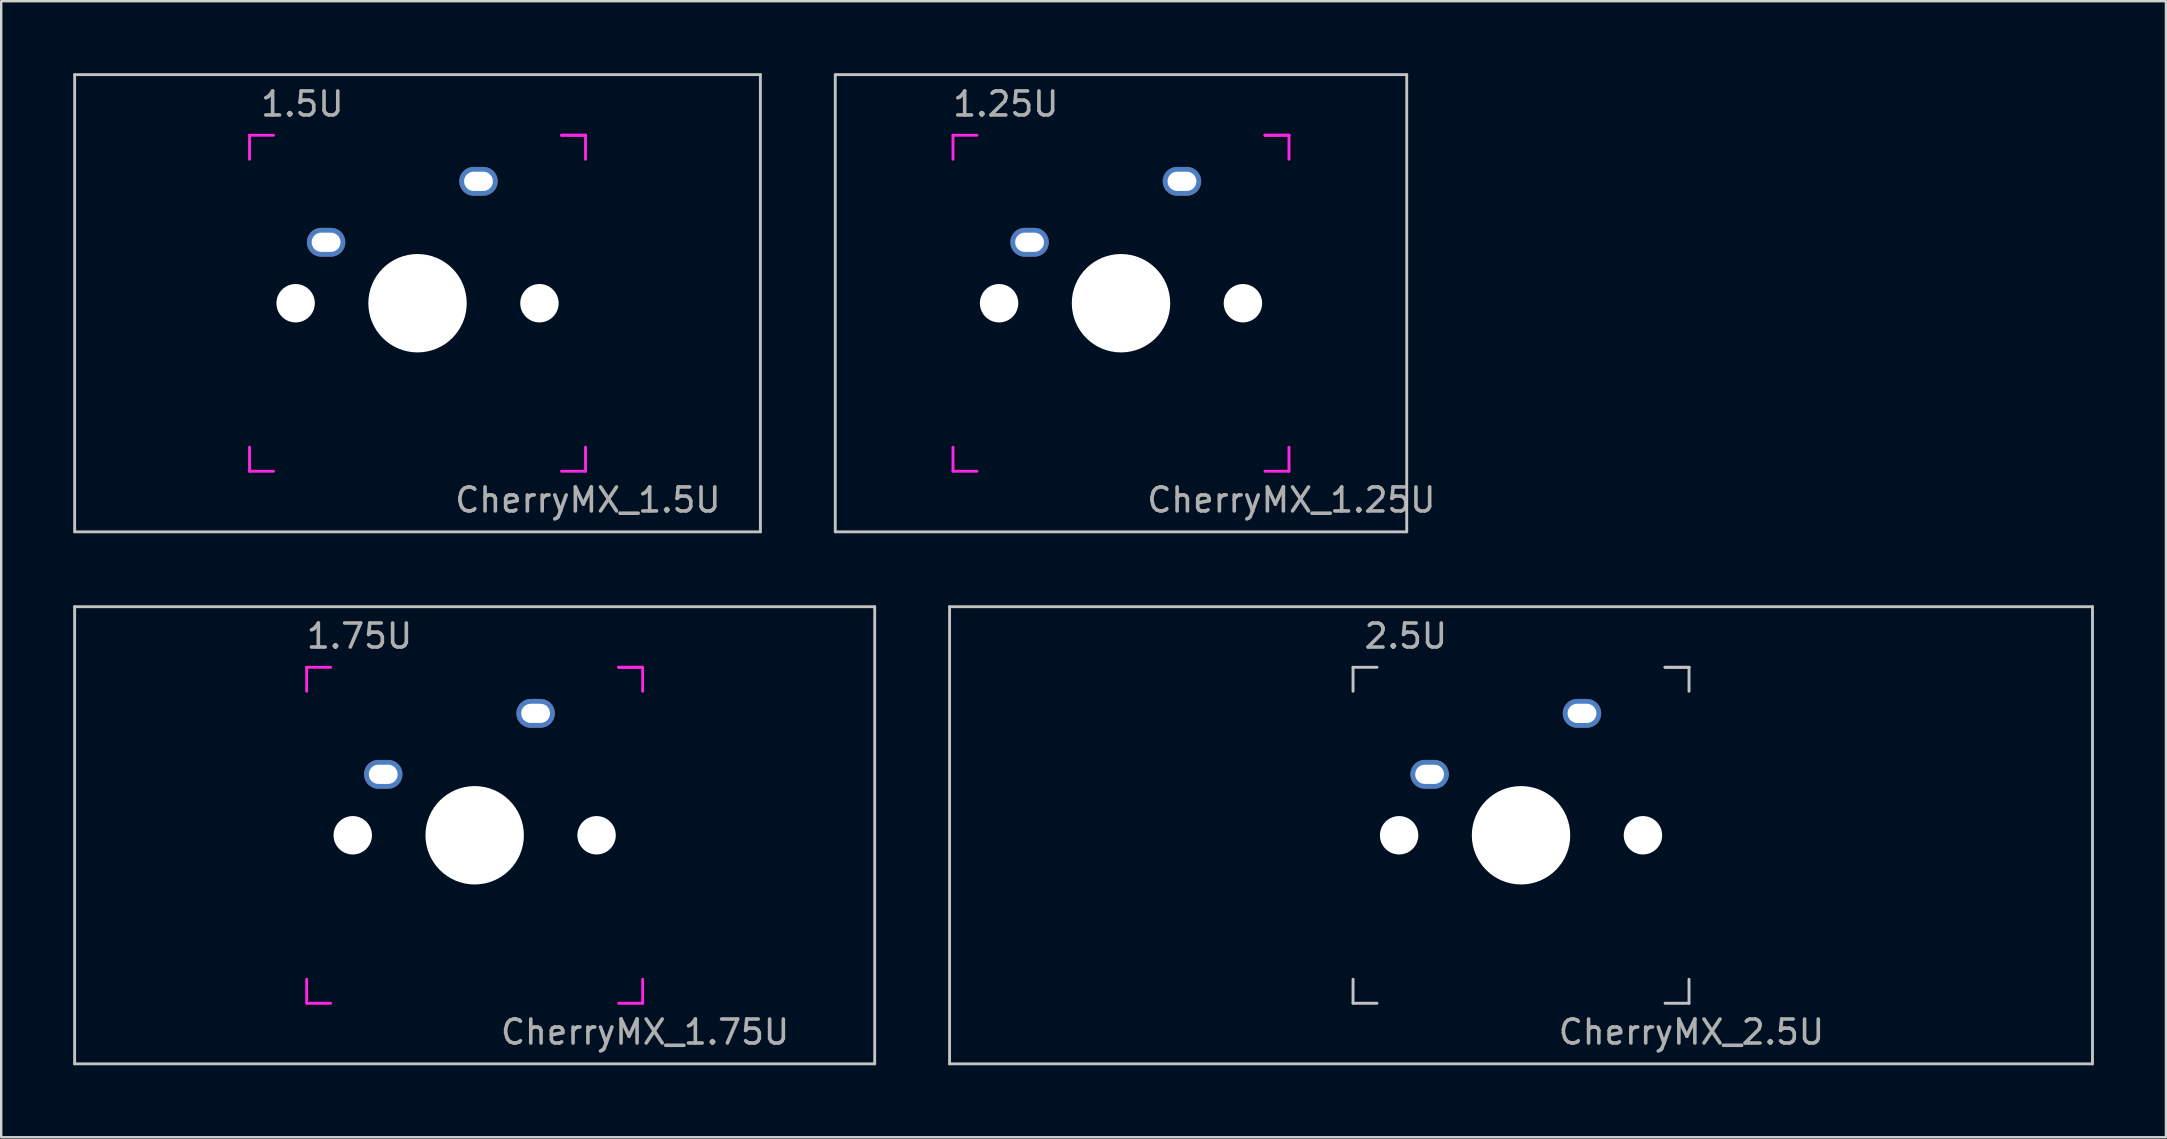
<source format=kicad_pcb>
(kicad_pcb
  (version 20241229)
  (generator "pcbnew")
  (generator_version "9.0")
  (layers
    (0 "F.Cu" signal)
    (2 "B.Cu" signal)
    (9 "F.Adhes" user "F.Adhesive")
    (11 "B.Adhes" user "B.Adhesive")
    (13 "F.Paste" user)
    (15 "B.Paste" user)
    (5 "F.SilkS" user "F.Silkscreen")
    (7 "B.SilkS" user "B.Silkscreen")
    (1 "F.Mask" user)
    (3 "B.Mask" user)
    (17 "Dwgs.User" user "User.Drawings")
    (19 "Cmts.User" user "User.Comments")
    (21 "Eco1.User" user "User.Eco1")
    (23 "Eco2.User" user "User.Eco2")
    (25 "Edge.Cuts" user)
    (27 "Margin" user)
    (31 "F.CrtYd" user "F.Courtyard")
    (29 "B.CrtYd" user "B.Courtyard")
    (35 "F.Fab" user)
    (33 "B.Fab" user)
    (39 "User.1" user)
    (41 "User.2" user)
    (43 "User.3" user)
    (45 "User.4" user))
  (footprint "CherryMX_1.25U"
    (layer "F.Cu")
    (at 43.661 9.585)
    (property "Reference" "CherryMX_1.25U" (at 7.1 8.2 0) (layer "F.Fab") (effects (font (size 1 1) (thickness 0.15))))
    (attr through_hole)
    (fp_line (start -11.906 -9.525) (end 11.906 -9.525) (stroke (width 0.12) (type solid)) (layer "Dwgs.User"))
    (fp_line (start -11.906 9.525) (end -11.906 -9.525) (stroke (width 0.12) (type solid)) (layer "Dwgs.User"))
    (fp_line (start 11.906 -9.525) (end 11.906 9.525) (stroke (width 0.12) (type solid)) (layer "Dwgs.User"))
    (fp_line (start 11.906 9.525) (end -11.906 9.525) (stroke (width 0.12) (type solid)) (layer "Dwgs.User"))
    (fp_line (start -7 -7) (end -7 -6) (stroke (width 0.12) (type solid)) (layer "F.CrtYd"))
    (fp_line (start -7 -7) (end -6 -7) (stroke (width 0.12) (type solid)) (layer "F.CrtYd"))
    (fp_line (start -7 7) (end -7 6) (stroke (width 0.12) (type solid)) (layer "F.CrtYd"))
    (fp_line (start -7 7) (end -6 7) (stroke (width 0.12) (type solid)) (layer "F.CrtYd"))
    (fp_line (start 6 -7) (end 7 -7) (stroke (width 0.12) (type solid)) (layer "F.CrtYd"))
    (fp_line (start 7 -7) (end 6 -7) (stroke (width 0.12) (type solid)) (layer "F.CrtYd"))
    (fp_line (start 7 -7) (end 7 -6) (stroke (width 0.12) (type solid)) (layer "F.CrtYd"))
    (fp_line (start 7 7) (end 6 7) (stroke (width 0.12) (type solid)) (layer "F.CrtYd"))
    (fp_line (start 7 7) (end 7 6) (stroke (width 0.12) (type solid)) (layer "F.CrtYd"))
    (fp_text user "1.25U" (at -4.8 -8.3 0) (layer "F.Fab") (effects (font (size 1 1) (thickness 0.15))))
    (pad "" np_thru_hole circle (at -5.08 0) (size 1.6 1.6) (drill 1.6) (layers "*.Cu" "*.Mask"))
    (pad "" np_thru_hole circle (at 0 0) (size 4.1 4.1) (drill 4.1) (layers "*.Cu" "*.Mask"))
    (pad "" np_thru_hole circle (at 5.08 0) (size 1.6 1.6) (drill 1.6) (layers "*.Cu" "*.Mask"))
    (pad "1" thru_hole oval (at -3.81 -2.54) (size 1.6 1.2) (drill oval 1.2 0.8) (layers "*.Cu" "*.Mask"))
    (pad "2" thru_hole oval (at 2.54 -5.08) (size 1.6 1.2) (drill oval 1.2 0.8) (layers "*.Cu" "*.Mask")))
  (footprint "CherryMX_1.75U"
    (layer "F.Cu")
    (at 16.729 31.755)
    (property "Reference" "CherryMX_1.75U" (at 7.1 8.2 0) (layer "F.Fab") (effects (font (size 1 1) (thickness 0.15))))
    (attr through_hole)
    (fp_line (start -16.669 -9.525) (end 16.669 -9.525) (stroke (width 0.12) (type solid)) (layer "Dwgs.User"))
    (fp_line (start -16.669 9.525) (end -16.669 -9.525) (stroke (width 0.12) (type solid)) (layer "Dwgs.User"))
    (fp_line (start 16.669 -9.525) (end 16.669 9.525) (stroke (width 0.12) (type solid)) (layer "Dwgs.User"))
    (fp_line (start 16.669 9.525) (end -16.669 9.525) (stroke (width 0.12) (type solid)) (layer "Dwgs.User"))
    (fp_line (start -7 -7) (end -7 -6) (stroke (width 0.12) (type solid)) (layer "F.CrtYd"))
    (fp_line (start -7 -7) (end -6 -7) (stroke (width 0.12) (type solid)) (layer "F.CrtYd"))
    (fp_line (start -7 7) (end -7 6) (stroke (width 0.12) (type solid)) (layer "F.CrtYd"))
    (fp_line (start -7 7) (end -6 7) (stroke (width 0.12) (type solid)) (layer "F.CrtYd"))
    (fp_line (start 6 -7) (end 7 -7) (stroke (width 0.12) (type solid)) (layer "F.CrtYd"))
    (fp_line (start 7 -7) (end 6 -7) (stroke (width 0.12) (type solid)) (layer "F.CrtYd"))
    (fp_line (start 7 -7) (end 7 -6) (stroke (width 0.12) (type solid)) (layer "F.CrtYd"))
    (fp_line (start 7 7) (end 6 7) (stroke (width 0.12) (type solid)) (layer "F.CrtYd"))
    (fp_line (start 7 7) (end 7 6) (stroke (width 0.12) (type solid)) (layer "F.CrtYd"))
    (fp_text user "1.75U" (at -4.8 -8.3 0) (layer "F.Fab") (effects (font (size 1 1) (thickness 0.15))))
    (pad "" np_thru_hole circle (at -5.08 0) (size 1.6 1.6) (drill 1.6) (layers "*.Cu" "*.Mask"))
    (pad "" np_thru_hole circle (at 0 0) (size 4.1 4.1) (drill 4.1) (layers "*.Cu" "*.Mask"))
    (pad "" np_thru_hole circle (at 5.08 0) (size 1.6 1.6) (drill 1.6) (layers "*.Cu" "*.Mask"))
    (pad "1" thru_hole oval (at -3.81 -2.54) (size 1.6 1.2) (drill oval 1.2 0.8) (layers "*.Cu" "*.Mask"))
    (pad "2" thru_hole oval (at 2.54 -5.08) (size 1.6 1.2) (drill oval 1.2 0.8) (layers "*.Cu" "*.Mask")))
  (footprint "CherryMX_2.5U"
    (layer "F.Cu")
    (at 60.33 31.755)
    (property "Reference" "CherryMX_2.5U" (at 7.1 8.2 0) (layer "F.Fab") (effects (font (size 1 1) (thickness 0.15))))
    (attr through_hole)
    (fp_line (start -23.812 -9.525) (end 23.812 -9.525) (stroke (width 0.12) (type solid)) (layer "Dwgs.User"))
    (fp_line (start -23.812 9.525) (end -23.812 -9.525) (stroke (width 0.12) (type solid)) (layer "Dwgs.User"))
    (fp_line (start -7 -7) (end -7 -6) (stroke (width 0.12) (type solid)) (layer "Dwgs.User"))
    (fp_line (start -7 -7) (end -6 -7) (stroke (width 0.12) (type solid)) (layer "Dwgs.User"))
    (fp_line (start -7 7) (end -7 6) (stroke (width 0.12) (type solid)) (layer "Dwgs.User"))
    (fp_line (start -7 7) (end -6 7) (stroke (width 0.12) (type solid)) (layer "Dwgs.User"))
    (fp_line (start 6 -7) (end 7 -7) (stroke (width 0.12) (type solid)) (layer "Dwgs.User"))
    (fp_line (start 7 -7) (end 6 -7) (stroke (width 0.12) (type solid)) (layer "Dwgs.User"))
    (fp_line (start 7 -7) (end 7 -6) (stroke (width 0.12) (type solid)) (layer "Dwgs.User"))
    (fp_line (start 7 7) (end 6 7) (stroke (width 0.12) (type solid)) (layer "Dwgs.User"))
    (fp_line (start 7 7) (end 7 6) (stroke (width 0.12) (type solid)) (layer "Dwgs.User"))
    (fp_line (start 23.812 -9.525) (end 23.812 9.525) (stroke (width 0.12) (type solid)) (layer "Dwgs.User"))
    (fp_line (start 23.812 9.525) (end -23.812 9.525) (stroke (width 0.12) (type solid)) (layer "Dwgs.User"))
    (fp_text user "2.5U" (at -4.8 -8.3 0) (layer "F.Fab") (effects (font (size 1 1) (thickness 0.15))))
    (pad "" np_thru_hole circle (at -5.08 0) (size 1.6 1.6) (drill 1.6) (layers "*.Cu" "*.Mask"))
    (pad "" np_thru_hole circle (at 0 0) (size 4.1 4.1) (drill 4.1) (layers "*.Cu" "*.Mask"))
    (pad "" np_thru_hole circle (at 5.08 0) (size 1.6 1.6) (drill 1.6) (layers "*.Cu" "*.Mask"))
    (pad "1" thru_hole oval (at -3.81 -2.54) (size 1.6 1.2) (drill oval 1.2 0.8) (layers "*.Cu" "*.Mask"))
    (pad "2" thru_hole oval (at 2.54 -5.08) (size 1.6 1.2) (drill oval 1.2 0.8) (layers "*.Cu" "*.Mask")))
  (footprint "CherryMX_1.5U"
    (layer "F.Cu")
    (at 14.348 9.585)
    (property "Reference" "CherryMX_1.5U" (at 7.1 8.2 0) (layer "F.Fab") (effects (font (size 1 1) (thickness 0.15))))
    (attr through_hole)
    (fp_line (start -14.287 -9.525) (end 14.287 -9.525) (stroke (width 0.12) (type solid)) (layer "Dwgs.User"))
    (fp_line (start -14.287 9.525) (end -14.287 -9.525) (stroke (width 0.12) (type solid)) (layer "Dwgs.User"))
    (fp_line (start 14.287 -9.525) (end 14.287 9.525) (stroke (width 0.12) (type solid)) (layer "Dwgs.User"))
    (fp_line (start 14.287 9.525) (end -14.287 9.525) (stroke (width 0.12) (type solid)) (layer "Dwgs.User"))
    (fp_line (start -7 -7) (end -7 -6) (stroke (width 0.12) (type solid)) (layer "F.CrtYd"))
    (fp_line (start -7 -7) (end -6 -7) (stroke (width 0.12) (type solid)) (layer "F.CrtYd"))
    (fp_line (start -7 7) (end -7 6) (stroke (width 0.12) (type solid)) (layer "F.CrtYd"))
    (fp_line (start -7 7) (end -6 7) (stroke (width 0.12) (type solid)) (layer "F.CrtYd"))
    (fp_line (start 6 -7) (end 7 -7) (stroke (width 0.12) (type solid)) (layer "F.CrtYd"))
    (fp_line (start 7 -7) (end 6 -7) (stroke (width 0.12) (type solid)) (layer "F.CrtYd"))
    (fp_line (start 7 -7) (end 7 -6) (stroke (width 0.12) (type solid)) (layer "F.CrtYd"))
    (fp_line (start 7 7) (end 6 7) (stroke (width 0.12) (type solid)) (layer "F.CrtYd"))
    (fp_line (start 7 7) (end 7 6) (stroke (width 0.12) (type solid)) (layer "F.CrtYd"))
    (fp_text user "1.5U" (at -4.8 -8.3 0) (layer "F.Fab") (effects (font (size 1 1) (thickness 0.15))))
    (pad "" np_thru_hole circle (at -5.08 0) (size 1.6 1.6) (drill 1.6) (layers "*.Cu" "*.Mask"))
    (pad "" np_thru_hole circle (at 0 0) (size 4.1 4.1) (drill 4.1) (layers "*.Cu" "*.Mask"))
    (pad "" np_thru_hole circle (at 5.08 0) (size 1.6 1.6) (drill 1.6) (layers "*.Cu" "*.Mask"))
    (pad "1" thru_hole oval (at -3.81 -2.54) (size 1.6 1.2) (drill oval 1.2 0.8) (layers "*.Cu" "*.Mask"))
    (pad "2" thru_hole oval (at 2.54 -5.08) (size 1.6 1.2) (drill oval 1.2 0.8) (layers "*.Cu" "*.Mask")))
  (gr_rect
    (start -3 -3)
    (end 87.203 44.34)
    (stroke (width 0.1) (type default))
    (fill no)
    (layer "Edge.Cuts")))
</source>
